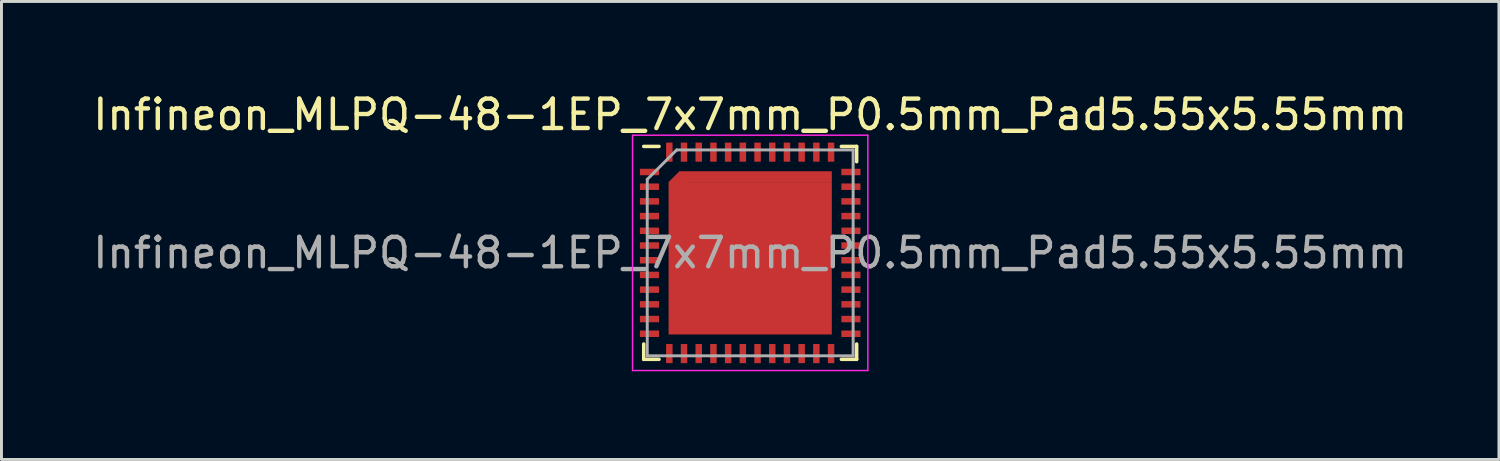
<source format=kicad_pcb>
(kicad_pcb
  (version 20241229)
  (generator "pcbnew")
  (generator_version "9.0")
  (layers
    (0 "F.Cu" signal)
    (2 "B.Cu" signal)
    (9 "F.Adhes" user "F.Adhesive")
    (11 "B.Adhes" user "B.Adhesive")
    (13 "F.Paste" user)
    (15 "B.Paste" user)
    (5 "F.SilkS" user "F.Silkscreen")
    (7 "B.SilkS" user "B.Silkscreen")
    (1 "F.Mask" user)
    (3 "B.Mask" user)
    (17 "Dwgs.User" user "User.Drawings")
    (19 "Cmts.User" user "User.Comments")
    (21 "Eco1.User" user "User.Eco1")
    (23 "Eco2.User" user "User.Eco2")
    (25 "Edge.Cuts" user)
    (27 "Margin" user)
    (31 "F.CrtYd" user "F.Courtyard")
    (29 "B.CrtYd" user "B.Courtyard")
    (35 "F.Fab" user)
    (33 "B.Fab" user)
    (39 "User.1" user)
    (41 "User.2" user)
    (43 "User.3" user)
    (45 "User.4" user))
  (footprint "Infineon_MLPQ-48-1EP_7x7mm_P0.5mm_Pad5.55x5.55mm"
    (layer "F.Cu")
    (at 22.458 5.548)
    (property "Reference" "Infineon_MLPQ-48-1EP_7x7mm_P0.5mm_Pad5.55x5.55mm" (at 0 -4.7 0) (layer "F.SilkS") (effects (font (size 1 1) (thickness 0.15))))
    (attr smd)
    (fp_line (start -3.62 -3.62) (end -3.1 -3.62) (stroke (width 0.12) (type solid)) (layer "F.SilkS"))
    (fp_line (start -3.62 3.62) (end -3.62 3.1) (stroke (width 0.12) (type solid)) (layer "F.SilkS"))
    (fp_line (start -3.1 3.62) (end -3.62 3.62) (stroke (width 0.12) (type solid)) (layer "F.SilkS"))
    (fp_line (start 3.1 -3.62) (end 3.62 -3.62) (stroke (width 0.12) (type solid)) (layer "F.SilkS"))
    (fp_line (start 3.1 3.62) (end 3.62 3.62) (stroke (width 0.12) (type solid)) (layer "F.SilkS"))
    (fp_line (start 3.62 -3.1) (end 3.62 -3.62) (stroke (width 0.12) (type solid)) (layer "F.SilkS"))
    (fp_line (start 3.62 3.62) (end 3.62 3.1) (stroke (width 0.12) (type solid)) (layer "F.SilkS"))
    (fp_line (start -4 -4) (end -4 4) (stroke (width 0.05) (type solid)) (layer "F.CrtYd"))
    (fp_line (start -4 4) (end 4 4) (stroke (width 0.05) (type solid)) (layer "F.CrtYd"))
    (fp_line (start 4 -4) (end -4 -4) (stroke (width 0.05) (type solid)) (layer "F.CrtYd"))
    (fp_line (start 4 4) (end 4 -4) (stroke (width 0.05) (type solid)) (layer "F.CrtYd"))
    (fp_line (start -3.5 3.5) (end -3.5 -2.5) (stroke (width 0.1) (type solid)) (layer "F.Fab"))
    (fp_line (start -2.5 -3.5) (end -3.5 -2.5) (stroke (width 0.1) (type solid)) (layer "F.Fab"))
    (fp_line (start 3.5 -3.5) (end -2.5 -3.5) (stroke (width 0.1) (type solid)) (layer "F.Fab"))
    (fp_line (start 3.5 -3.5) (end 3.5 3.5) (stroke (width 0.1) (type solid)) (layer "F.Fab"))
    (fp_line (start 3.5 3.5) (end -3.5 3.5) (stroke (width 0.1) (type solid)) (layer "F.Fab"))
    (fp_text user "${REFERENCE}" (at 0 0 0) (layer "F.Fab") (effects (font (size 1 1) (thickness 0.15))))
    (pad "" smd rect (at -3.425 -2.75) (size 0.55 0.22) (layers "F.Paste"))
    (pad "" smd rect (at -3.425 -2.25) (size 0.55 0.22) (layers "F.Paste"))
    (pad "" smd rect (at -3.425 -1.75) (size 0.55 0.22) (layers "F.Paste"))
    (pad "" smd rect (at -3.425 -1.25) (size 0.55 0.22) (layers "F.Paste"))
    (pad "" smd rect (at -3.425 -0.75) (size 0.55 0.22) (layers "F.Paste"))
    (pad "" smd rect (at -3.425 -0.25) (size 0.55 0.22) (layers "F.Paste"))
    (pad "" smd rect (at -3.425 0.25) (size 0.55 0.22) (layers "F.Paste"))
    (pad "" smd rect (at -3.425 0.75) (size 0.55 0.22) (layers "F.Paste"))
    (pad "" smd rect (at -3.425 1.25) (size 0.55 0.22) (layers "F.Paste"))
    (pad "" smd rect (at -3.425 1.75) (size 0.55 0.22) (layers "F.Paste"))
    (pad "" smd rect (at -3.425 2.25) (size 0.55 0.22) (layers "F.Paste"))
    (pad "" smd rect (at -3.425 2.75) (size 0.55 0.22) (layers "F.Paste"))
    (pad "" smd rect (at -2.75 -3.425) (size 0.22 0.55) (layers "F.Paste"))
    (pad "" smd rect (at -2.75 3.425) (size 0.22 0.55) (layers "F.Paste"))
    (pad "" smd rect (at -2.386 -2.386 45) (size 0.479 0.479) (layers "F.Paste"))
    (pad "" smd rect (at -2.25 -3.425) (size 0.22 0.55) (layers "F.Paste"))
    (pad "" smd rect (at -2.25 3.425) (size 0.22 0.55) (layers "F.Paste"))
    (pad "" smd rect (at -2.175 -2.006) (size 1.1 0.761) (layers "F.Paste"))
    (pad "" smd rect (at -2.175 -0.725) (size 1.1 1.1) (layers "F.Paste"))
    (pad "" smd rect (at -2.175 0.725) (size 1.1 1.1) (layers "F.Paste"))
    (pad "" smd rect (at -2.175 2.175) (size 1.1 1.1) (layers "F.Paste"))
    (pad "" smd rect (at -2.006 -2.555) (size 0.761 0.339) (layers "F.Paste"))
    (pad "" smd rect (at -1.75 -3.425) (size 0.22 0.55) (layers "F.Paste"))
    (pad "" smd rect (at -1.75 3.425) (size 0.22 0.55) (layers "F.Paste"))
    (pad "" smd rect (at -1.25 -3.425) (size 0.22 0.55) (layers "F.Paste"))
    (pad "" smd rect (at -1.25 3.425) (size 0.22 0.55) (layers "F.Paste"))
    (pad "" smd rect (at -0.75 -3.425) (size 0.22 0.55) (layers "F.Paste"))
    (pad "" smd rect (at -0.75 3.425) (size 0.22 0.55) (layers "F.Paste"))
    (pad "" smd rect (at -0.725 -2.175) (size 1.1 1.1) (layers "F.Paste"))
    (pad "" smd rect (at -0.725 -0.725) (size 1.1 1.1) (layers "F.Paste"))
    (pad "" smd rect (at -0.725 0.725) (size 1.1 1.1) (layers "F.Paste"))
    (pad "" smd rect (at -0.725 2.175) (size 1.1 1.1) (layers "F.Paste"))
    (pad "" smd rect (at -0.25 -3.425) (size 0.22 0.55) (layers "F.Paste"))
    (pad "" smd rect (at -0.25 3.425) (size 0.22 0.55) (layers "F.Paste"))
    (pad "" smd rect (at 0.25 -3.425) (size 0.22 0.55) (layers "F.Paste"))
    (pad "" smd rect (at 0.25 3.425) (size 0.22 0.55) (layers "F.Paste"))
    (pad "" smd rect (at 0.725 -2.175) (size 1.1 1.1) (layers "F.Paste"))
    (pad "" smd rect (at 0.725 -0.725) (size 1.1 1.1) (layers "F.Paste"))
    (pad "" smd rect (at 0.725 0.725) (size 1.1 1.1) (layers "F.Paste"))
    (pad "" smd rect (at 0.725 2.175) (size 1.1 1.1) (layers "F.Paste"))
    (pad "" smd rect (at 0.75 -3.425) (size 0.22 0.55) (layers "F.Paste"))
    (pad "" smd rect (at 0.75 3.425) (size 0.22 0.55) (layers "F.Paste"))
    (pad "" smd rect (at 1.25 -3.425) (size 0.22 0.55) (layers "F.Paste"))
    (pad "" smd rect (at 1.25 3.425) (size 0.22 0.55) (layers "F.Paste"))
    (pad "" smd rect (at 1.75 -3.425) (size 0.22 0.55) (layers "F.Paste"))
    (pad "" smd rect (at 1.75 3.425) (size 0.22 0.55) (layers "F.Paste"))
    (pad "" smd rect (at 2.175 -2.175) (size 1.1 1.1) (layers "F.Paste"))
    (pad "" smd rect (at 2.175 -0.725) (size 1.1 1.1) (layers "F.Paste"))
    (pad "" smd rect (at 2.175 0.725) (size 1.1 1.1) (layers "F.Paste"))
    (pad "" smd rect (at 2.175 2.175) (size 1.1 1.1) (layers "F.Paste"))
    (pad "" smd rect (at 2.25 -3.425) (size 0.22 0.55) (layers "F.Paste"))
    (pad "" smd rect (at 2.25 3.425) (size 0.22 0.55) (layers "F.Paste"))
    (pad "" smd rect (at 2.75 -3.425) (size 0.22 0.55) (layers "F.Paste"))
    (pad "" smd rect (at 2.75 3.425) (size 0.22 0.55) (layers "F.Paste"))
    (pad "" smd rect (at 3.425 -2.75) (size 0.55 0.22) (layers "F.Paste"))
    (pad "" smd rect (at 3.425 -2.25) (size 0.55 0.22) (layers "F.Paste"))
    (pad "" smd rect (at 3.425 -1.75) (size 0.55 0.22) (layers "F.Paste"))
    (pad "" smd rect (at 3.425 -1.25) (size 0.55 0.22) (layers "F.Paste"))
    (pad "" smd rect (at 3.425 -0.75) (size 0.55 0.22) (layers "F.Paste"))
    (pad "" smd rect (at 3.425 -0.25) (size 0.55 0.22) (layers "F.Paste"))
    (pad "" smd rect (at 3.425 0.25) (size 0.55 0.22) (layers "F.Paste"))
    (pad "" smd rect (at 3.425 0.75) (size 0.55 0.22) (layers "F.Paste"))
    (pad "" smd rect (at 3.425 1.25) (size 0.55 0.22) (layers "F.Paste"))
    (pad "" smd rect (at 3.425 1.75) (size 0.55 0.22) (layers "F.Paste"))
    (pad "" smd rect (at 3.425 2.25) (size 0.55 0.22) (layers "F.Paste"))
    (pad "" smd rect (at 3.425 2.75) (size 0.55 0.22) (layers "F.Paste"))
    (pad "1" smd rect (at -3.425 -2.75) (size 0.65 0.22) (layers "F.Cu" "F.Mask"))
    (pad "2" smd rect (at -3.425 -2.25) (size 0.65 0.22) (layers "F.Cu" "F.Mask"))
    (pad "3" smd rect (at -3.425 -1.75) (size 0.65 0.22) (layers "F.Cu" "F.Mask"))
    (pad "4" smd rect (at -3.425 -1.25) (size 0.65 0.22) (layers "F.Cu" "F.Mask"))
    (pad "5" smd rect (at -3.425 -0.75) (size 0.65 0.22) (layers "F.Cu" "F.Mask"))
    (pad "6" smd rect (at -3.425 -0.25) (size 0.65 0.22) (layers "F.Cu" "F.Mask"))
    (pad "7" smd rect (at -3.425 0.25) (size 0.65 0.22) (layers "F.Cu" "F.Mask"))
    (pad "8" smd rect (at -3.425 0.75) (size 0.65 0.22) (layers "F.Cu" "F.Mask"))
    (pad "9" smd rect (at -3.425 1.25) (size 0.65 0.22) (layers "F.Cu" "F.Mask"))
    (pad "10" smd rect (at -3.425 1.75) (size 0.65 0.22) (layers "F.Cu" "F.Mask"))
    (pad "11" smd rect (at -3.425 2.25) (size 0.65 0.22) (layers "F.Cu" "F.Mask"))
    (pad "12" smd rect (at -3.425 2.75) (size 0.65 0.22) (layers "F.Cu" "F.Mask"))
    (pad "13" smd rect (at -2.75 3.425) (size 0.22 0.65) (layers "F.Cu" "F.Mask"))
    (pad "14" smd rect (at -2.25 3.425) (size 0.22 0.65) (layers "F.Cu" "F.Mask"))
    (pad "15" smd rect (at -1.75 3.425) (size 0.22 0.65) (layers "F.Cu" "F.Mask"))
    (pad "16" smd rect (at -1.25 3.425) (size 0.22 0.65) (layers "F.Cu" "F.Mask"))
    (pad "17" smd rect (at -0.75 3.425) (size 0.22 0.65) (layers "F.Cu" "F.Mask"))
    (pad "18" smd rect (at -0.25 3.425) (size 0.22 0.65) (layers "F.Cu" "F.Mask"))
    (pad "19" smd rect (at 0.25 3.425) (size 0.22 0.65) (layers "F.Cu" "F.Mask"))
    (pad "20" smd rect (at 0.75 3.425) (size 0.22 0.65) (layers "F.Cu" "F.Mask"))
    (pad "21" smd rect (at 1.25 3.425) (size 0.22 0.65) (layers "F.Cu" "F.Mask"))
    (pad "22" smd rect (at 1.75 3.425) (size 0.22 0.65) (layers "F.Cu" "F.Mask"))
    (pad "23" smd rect (at 2.25 3.425) (size 0.22 0.65) (layers "F.Cu" "F.Mask"))
    (pad "24" smd rect (at 2.75 3.425) (size 0.22 0.65) (layers "F.Cu" "F.Mask"))
    (pad "25" smd rect (at 3.425 2.75) (size 0.65 0.22) (layers "F.Cu" "F.Mask"))
    (pad "26" smd rect (at 3.425 2.25) (size 0.65 0.22) (layers "F.Cu" "F.Mask"))
    (pad "27" smd rect (at 3.425 1.75) (size 0.65 0.22) (layers "F.Cu" "F.Mask"))
    (pad "28" smd rect (at 3.425 1.25) (size 0.65 0.22) (layers "F.Cu" "F.Mask"))
    (pad "29" smd rect (at 3.425 0.75) (size 0.65 0.22) (layers "F.Cu" "F.Mask"))
    (pad "30" smd rect (at 3.425 0.25) (size 0.65 0.22) (layers "F.Cu" "F.Mask"))
    (pad "31" smd rect (at 3.425 -0.25) (size 0.65 0.22) (layers "F.Cu" "F.Mask"))
    (pad "32" smd rect (at 3.425 -0.75) (size 0.65 0.22) (layers "F.Cu" "F.Mask"))
    (pad "33" smd rect (at 3.425 -1.25) (size 0.65 0.22) (layers "F.Cu" "F.Mask"))
    (pad "34" smd rect (at 3.425 -1.75) (size 0.65 0.22) (layers "F.Cu" "F.Mask"))
    (pad "35" smd rect (at 3.425 -2.25) (size 0.65 0.22) (layers "F.Cu" "F.Mask"))
    (pad "36" smd rect (at 3.425 -2.75) (size 0.65 0.22) (layers "F.Cu" "F.Mask"))
    (pad "37" smd rect (at 2.75 -3.425) (size 0.22 0.65) (layers "F.Cu" "F.Mask"))
    (pad "38" smd rect (at 2.25 -3.425) (size 0.22 0.65) (layers "F.Cu" "F.Mask"))
    (pad "39" smd rect (at 1.75 -3.425) (size 0.22 0.65) (layers "F.Cu" "F.Mask"))
    (pad "40" smd rect (at 1.25 -3.425) (size 0.22 0.65) (layers "F.Cu" "F.Mask"))
    (pad "41" smd rect (at 0.75 -3.425) (size 0.22 0.65) (layers "F.Cu" "F.Mask"))
    (pad "42" smd rect (at 0.25 -3.425) (size 0.22 0.65) (layers "F.Cu" "F.Mask"))
    (pad "43" smd rect (at -0.25 -3.425) (size 0.22 0.65) (layers "F.Cu" "F.Mask"))
    (pad "44" smd rect (at -0.75 -3.425) (size 0.22 0.65) (layers "F.Cu" "F.Mask"))
    (pad "45" smd rect (at -1.25 -3.425) (size 0.22 0.65) (layers "F.Cu" "F.Mask"))
    (pad "46" smd rect (at -1.75 -3.425) (size 0.22 0.65) (layers "F.Cu" "F.Mask"))
    (pad "47" smd rect (at -2.25 -3.425) (size 0.22 0.65) (layers "F.Cu" "F.Mask"))
    (pad "48" smd rect (at -2.75 -3.425) (size 0.22 0.65) (layers "F.Cu" "F.Mask"))
    (pad "49" smd rect (at -2.407 -2.407 45) (size 0.52 0.52) (layers "F.Cu" "F.Mask"))
    (pad "49" smd rect (at 0 0.184) (size 5.55 5.182) (layers "F.Cu" "F.Mask"))
    (pad "49" smd rect (at 0.184 -2.591) (size 5.182 0.368) (layers "F.Cu" "F.Mask")))
  (gr_rect
    (start -3 -3)
    (end 47.917 12.573)
    (stroke (width 0.1) (type default))
    (fill no)
    (layer "Edge.Cuts")))
</source>
